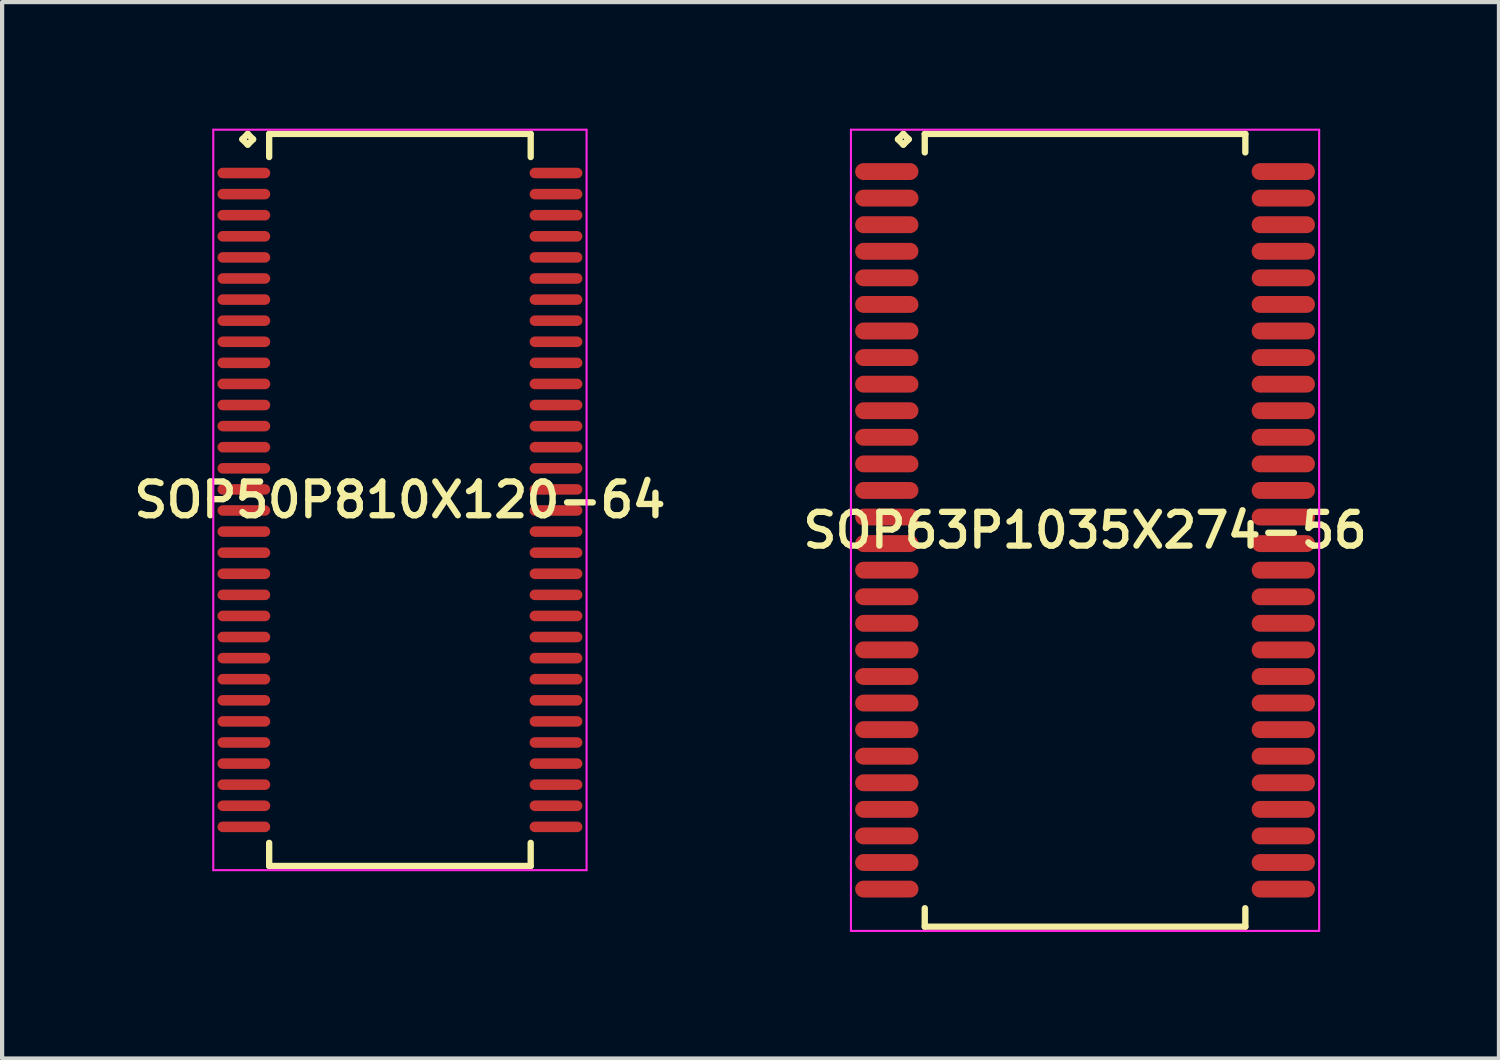
<source format=kicad_pcb>
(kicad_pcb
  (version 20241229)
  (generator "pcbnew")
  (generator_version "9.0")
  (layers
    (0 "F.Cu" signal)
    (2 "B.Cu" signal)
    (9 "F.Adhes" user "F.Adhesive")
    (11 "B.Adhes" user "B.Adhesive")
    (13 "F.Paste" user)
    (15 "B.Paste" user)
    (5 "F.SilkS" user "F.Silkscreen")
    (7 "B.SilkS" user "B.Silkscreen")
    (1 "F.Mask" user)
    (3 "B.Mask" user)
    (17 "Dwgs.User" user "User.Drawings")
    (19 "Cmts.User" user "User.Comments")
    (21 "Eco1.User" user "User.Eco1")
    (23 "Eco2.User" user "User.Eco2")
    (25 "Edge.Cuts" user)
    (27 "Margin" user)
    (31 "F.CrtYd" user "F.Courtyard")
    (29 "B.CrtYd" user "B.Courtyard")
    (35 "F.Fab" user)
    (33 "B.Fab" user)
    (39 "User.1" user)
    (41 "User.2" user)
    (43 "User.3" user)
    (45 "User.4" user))
  (footprint "SOP50P810X120-64"
    (layer "F.Cu")
    (at 6.431 8.802)
    (property "Reference" "SOP50P810X120-64" (at 0 0 0) (layer "F.SilkS") (effects (font (size 0.8 0.8) (thickness 0.15))))
    (attr smd)
    (fp_line (start -3.735 -8.55) (end -3.608 -8.677) (stroke (width 0.15) (type solid)) (layer "F.SilkS"))
    (fp_line (start -3.608 -8.677) (end -3.481 -8.55) (stroke (width 0.15) (type solid)) (layer "F.SilkS"))
    (fp_line (start -3.608 -8.423) (end -3.735 -8.55) (stroke (width 0.15) (type solid)) (layer "F.SilkS"))
    (fp_line (start -3.481 -8.55) (end -3.608 -8.423) (stroke (width 0.15) (type solid)) (layer "F.SilkS"))
    (fp_line (start -3.1 -8.677) (end 3.1 -8.677) (stroke (width 0.15) (type solid)) (layer "F.SilkS"))
    (fp_line (start -3.1 -8.129) (end -3.1 -8.677) (stroke (width 0.15) (type solid)) (layer "F.SilkS"))
    (fp_line (start -3.1 8.129) (end -3.1 8.677) (stroke (width 0.15) (type solid)) (layer "F.SilkS"))
    (fp_line (start -3.1 8.677) (end 3.1 8.677) (stroke (width 0.15) (type solid)) (layer "F.SilkS"))
    (fp_line (start 3.1 -8.677) (end 3.1 -8.129) (stroke (width 0.15) (type solid)) (layer "F.SilkS"))
    (fp_line (start 3.1 8.677) (end 3.1 8.129) (stroke (width 0.15) (type solid)) (layer "F.SilkS"))
    (fp_line (start -4.425 -8.777) (end 4.425 -8.777) (stroke (width 0.05) (type solid)) (layer "F.CrtYd"))
    (fp_line (start -4.425 8.777) (end -4.425 -8.777) (stroke (width 0.05) (type solid)) (layer "F.CrtYd"))
    (fp_line (start 4.425 -8.777) (end 4.425 8.777) (stroke (width 0.05) (type solid)) (layer "F.CrtYd"))
    (fp_line (start 4.425 8.777) (end -4.425 8.777) (stroke (width 0.05) (type solid)) (layer "F.CrtYd"))
    (pad "1" smd oval (at -3.7 -7.75) (size 1.25 0.25) (layers "F.Cu" "F.Mask" "F.Paste"))
    (pad "2" smd oval (at -3.7 -7.25) (size 1.25 0.25) (layers "F.Cu" "F.Mask" "F.Paste"))
    (pad "3" smd oval (at -3.7 -6.75) (size 1.25 0.25) (layers "F.Cu" "F.Mask" "F.Paste"))
    (pad "4" smd oval (at -3.7 -6.25) (size 1.25 0.25) (layers "F.Cu" "F.Mask" "F.Paste"))
    (pad "5" smd oval (at -3.7 -5.75) (size 1.25 0.25) (layers "F.Cu" "F.Mask" "F.Paste"))
    (pad "6" smd oval (at -3.7 -5.25) (size 1.25 0.25) (layers "F.Cu" "F.Mask" "F.Paste"))
    (pad "7" smd oval (at -3.7 -4.75) (size 1.25 0.25) (layers "F.Cu" "F.Mask" "F.Paste"))
    (pad "8" smd oval (at -3.7 -4.25) (size 1.25 0.25) (layers "F.Cu" "F.Mask" "F.Paste"))
    (pad "9" smd oval (at -3.7 -3.75) (size 1.25 0.25) (layers "F.Cu" "F.Mask" "F.Paste"))
    (pad "10" smd oval (at -3.7 -3.25) (size 1.25 0.25) (layers "F.Cu" "F.Mask" "F.Paste"))
    (pad "11" smd oval (at -3.7 -2.75) (size 1.25 0.25) (layers "F.Cu" "F.Mask" "F.Paste"))
    (pad "12" smd oval (at -3.7 -2.25) (size 1.25 0.25) (layers "F.Cu" "F.Mask" "F.Paste"))
    (pad "13" smd oval (at -3.7 -1.75) (size 1.25 0.25) (layers "F.Cu" "F.Mask" "F.Paste"))
    (pad "14" smd oval (at -3.7 -1.25) (size 1.25 0.25) (layers "F.Cu" "F.Mask" "F.Paste"))
    (pad "15" smd oval (at -3.7 -0.75) (size 1.25 0.25) (layers "F.Cu" "F.Mask" "F.Paste"))
    (pad "16" smd oval (at -3.7 -0.25) (size 1.25 0.25) (layers "F.Cu" "F.Mask" "F.Paste"))
    (pad "17" smd oval (at -3.7 0.25) (size 1.25 0.25) (layers "F.Cu" "F.Mask" "F.Paste"))
    (pad "18" smd oval (at -3.7 0.75) (size 1.25 0.25) (layers "F.Cu" "F.Mask" "F.Paste"))
    (pad "19" smd oval (at -3.7 1.25) (size 1.25 0.25) (layers "F.Cu" "F.Mask" "F.Paste"))
    (pad "20" smd oval (at -3.7 1.75) (size 1.25 0.25) (layers "F.Cu" "F.Mask" "F.Paste"))
    (pad "21" smd oval (at -3.7 2.25) (size 1.25 0.25) (layers "F.Cu" "F.Mask" "F.Paste"))
    (pad "22" smd oval (at -3.7 2.75) (size 1.25 0.25) (layers "F.Cu" "F.Mask" "F.Paste"))
    (pad "23" smd oval (at -3.7 3.25) (size 1.25 0.25) (layers "F.Cu" "F.Mask" "F.Paste"))
    (pad "24" smd oval (at -3.7 3.75) (size 1.25 0.25) (layers "F.Cu" "F.Mask" "F.Paste"))
    (pad "25" smd oval (at -3.7 4.25) (size 1.25 0.25) (layers "F.Cu" "F.Mask" "F.Paste"))
    (pad "26" smd oval (at -3.7 4.75) (size 1.25 0.25) (layers "F.Cu" "F.Mask" "F.Paste"))
    (pad "27" smd oval (at -3.7 5.25) (size 1.25 0.25) (layers "F.Cu" "F.Mask" "F.Paste"))
    (pad "28" smd oval (at -3.7 5.75) (size 1.25 0.25) (layers "F.Cu" "F.Mask" "F.Paste"))
    (pad "29" smd oval (at -3.7 6.25) (size 1.25 0.25) (layers "F.Cu" "F.Mask" "F.Paste"))
    (pad "30" smd oval (at -3.7 6.75) (size 1.25 0.25) (layers "F.Cu" "F.Mask" "F.Paste"))
    (pad "31" smd oval (at -3.7 7.25) (size 1.25 0.25) (layers "F.Cu" "F.Mask" "F.Paste"))
    (pad "32" smd oval (at -3.7 7.75) (size 1.25 0.25) (layers "F.Cu" "F.Mask" "F.Paste"))
    (pad "33" smd oval (at 3.7 7.75) (size 1.25 0.25) (layers "F.Cu" "F.Mask" "F.Paste"))
    (pad "34" smd oval (at 3.7 7.25) (size 1.25 0.25) (layers "F.Cu" "F.Mask" "F.Paste"))
    (pad "35" smd oval (at 3.7 6.75) (size 1.25 0.25) (layers "F.Cu" "F.Mask" "F.Paste"))
    (pad "36" smd oval (at 3.7 6.25) (size 1.25 0.25) (layers "F.Cu" "F.Mask" "F.Paste"))
    (pad "37" smd oval (at 3.7 5.75) (size 1.25 0.25) (layers "F.Cu" "F.Mask" "F.Paste"))
    (pad "38" smd oval (at 3.7 5.25) (size 1.25 0.25) (layers "F.Cu" "F.Mask" "F.Paste"))
    (pad "39" smd oval (at 3.7 4.75) (size 1.25 0.25) (layers "F.Cu" "F.Mask" "F.Paste"))
    (pad "40" smd oval (at 3.7 4.25) (size 1.25 0.25) (layers "F.Cu" "F.Mask" "F.Paste"))
    (pad "41" smd oval (at 3.7 3.75) (size 1.25 0.25) (layers "F.Cu" "F.Mask" "F.Paste"))
    (pad "42" smd oval (at 3.7 3.25) (size 1.25 0.25) (layers "F.Cu" "F.Mask" "F.Paste"))
    (pad "43" smd oval (at 3.7 2.75) (size 1.25 0.25) (layers "F.Cu" "F.Mask" "F.Paste"))
    (pad "44" smd oval (at 3.7 2.25) (size 1.25 0.25) (layers "F.Cu" "F.Mask" "F.Paste"))
    (pad "45" smd oval (at 3.7 1.75) (size 1.25 0.25) (layers "F.Cu" "F.Mask" "F.Paste"))
    (pad "46" smd oval (at 3.7 1.25) (size 1.25 0.25) (layers "F.Cu" "F.Mask" "F.Paste"))
    (pad "47" smd oval (at 3.7 0.75) (size 1.25 0.25) (layers "F.Cu" "F.Mask" "F.Paste"))
    (pad "48" smd oval (at 3.7 0.25) (size 1.25 0.25) (layers "F.Cu" "F.Mask" "F.Paste"))
    (pad "49" smd oval (at 3.7 -0.25) (size 1.25 0.25) (layers "F.Cu" "F.Mask" "F.Paste"))
    (pad "50" smd oval (at 3.7 -0.75) (size 1.25 0.25) (layers "F.Cu" "F.Mask" "F.Paste"))
    (pad "51" smd oval (at 3.7 -1.25) (size 1.25 0.25) (layers "F.Cu" "F.Mask" "F.Paste"))
    (pad "52" smd oval (at 3.7 -1.75) (size 1.25 0.25) (layers "F.Cu" "F.Mask" "F.Paste"))
    (pad "53" smd oval (at 3.7 -2.25) (size 1.25 0.25) (layers "F.Cu" "F.Mask" "F.Paste"))
    (pad "54" smd oval (at 3.7 -2.75) (size 1.25 0.25) (layers "F.Cu" "F.Mask" "F.Paste"))
    (pad "55" smd oval (at 3.7 -3.25) (size 1.25 0.25) (layers "F.Cu" "F.Mask" "F.Paste"))
    (pad "56" smd oval (at 3.7 -3.75) (size 1.25 0.25) (layers "F.Cu" "F.Mask" "F.Paste"))
    (pad "57" smd oval (at 3.7 -4.25) (size 1.25 0.25) (layers "F.Cu" "F.Mask" "F.Paste"))
    (pad "58" smd oval (at 3.7 -4.75) (size 1.25 0.25) (layers "F.Cu" "F.Mask" "F.Paste"))
    (pad "59" smd oval (at 3.7 -5.25) (size 1.25 0.25) (layers "F.Cu" "F.Mask" "F.Paste"))
    (pad "60" smd oval (at 3.7 -5.75) (size 1.25 0.25) (layers "F.Cu" "F.Mask" "F.Paste"))
    (pad "61" smd oval (at 3.7 -6.25) (size 1.25 0.25) (layers "F.Cu" "F.Mask" "F.Paste"))
    (pad "62" smd oval (at 3.7 -6.75) (size 1.25 0.25) (layers "F.Cu" "F.Mask" "F.Paste"))
    (pad "63" smd oval (at 3.7 -7.25) (size 1.25 0.25) (layers "F.Cu" "F.Mask" "F.Paste"))
    (pad "64" smd oval (at 3.7 -7.75) (size 1.25 0.25) (layers "F.Cu" "F.Mask" "F.Paste")))
  (footprint "SOP63P1035X274-56"
    (layer "F.Cu")
    (at 22.673 9.522)
    (property "Reference" "SOP63P1035X274-56" (at 0 0 0) (layer "F.SilkS") (effects (font (size 0.8 0.8) (thickness 0.15))))
    (attr smd)
    (fp_line (start -4.435 -9.27) (end -4.308 -9.397) (stroke (width 0.15) (type solid)) (layer "F.SilkS"))
    (fp_line (start -4.308 -9.397) (end -4.181 -9.27) (stroke (width 0.15) (type solid)) (layer "F.SilkS"))
    (fp_line (start -4.308 -9.143) (end -4.435 -9.27) (stroke (width 0.15) (type solid)) (layer "F.SilkS"))
    (fp_line (start -4.181 -9.27) (end -4.308 -9.143) (stroke (width 0.15) (type solid)) (layer "F.SilkS"))
    (fp_line (start -3.8 -9.397) (end 3.8 -9.397) (stroke (width 0.15) (type solid)) (layer "F.SilkS"))
    (fp_line (start -3.8 -8.959) (end -3.8 -9.397) (stroke (width 0.15) (type solid)) (layer "F.SilkS"))
    (fp_line (start -3.8 8.959) (end -3.8 9.397) (stroke (width 0.15) (type solid)) (layer "F.SilkS"))
    (fp_line (start -3.8 9.397) (end 3.8 9.397) (stroke (width 0.15) (type solid)) (layer "F.SilkS"))
    (fp_line (start 3.8 -9.397) (end 3.8 -8.959) (stroke (width 0.15) (type solid)) (layer "F.SilkS"))
    (fp_line (start 3.8 9.397) (end 3.8 8.959) (stroke (width 0.15) (type solid)) (layer "F.SilkS"))
    (fp_line (start -5.55 -9.497) (end 5.55 -9.497) (stroke (width 0.05) (type solid)) (layer "F.CrtYd"))
    (fp_line (start -5.55 9.497) (end -5.55 -9.497) (stroke (width 0.05) (type solid)) (layer "F.CrtYd"))
    (fp_line (start 5.55 -9.497) (end 5.55 9.497) (stroke (width 0.05) (type solid)) (layer "F.CrtYd"))
    (fp_line (start 5.55 9.497) (end -5.55 9.497) (stroke (width 0.05) (type solid)) (layer "F.CrtYd"))
    (pad "1" smd oval (at -4.7 -8.505) (size 1.5 0.4) (layers "F.Cu" "F.Mask" "F.Paste"))
    (pad "2" smd oval (at -4.7 -7.875) (size 1.5 0.4) (layers "F.Cu" "F.Mask" "F.Paste"))
    (pad "3" smd oval (at -4.7 -7.245) (size 1.5 0.4) (layers "F.Cu" "F.Mask" "F.Paste"))
    (pad "4" smd oval (at -4.7 -6.615) (size 1.5 0.4) (layers "F.Cu" "F.Mask" "F.Paste"))
    (pad "5" smd oval (at -4.7 -5.985) (size 1.5 0.4) (layers "F.Cu" "F.Mask" "F.Paste"))
    (pad "6" smd oval (at -4.7 -5.355) (size 1.5 0.4) (layers "F.Cu" "F.Mask" "F.Paste"))
    (pad "7" smd oval (at -4.7 -4.725) (size 1.5 0.4) (layers "F.Cu" "F.Mask" "F.Paste"))
    (pad "8" smd oval (at -4.7 -4.095) (size 1.5 0.4) (layers "F.Cu" "F.Mask" "F.Paste"))
    (pad "9" smd oval (at -4.7 -3.465) (size 1.5 0.4) (layers "F.Cu" "F.Mask" "F.Paste"))
    (pad "10" smd oval (at -4.7 -2.835) (size 1.5 0.4) (layers "F.Cu" "F.Mask" "F.Paste"))
    (pad "11" smd oval (at -4.7 -2.205) (size 1.5 0.4) (layers "F.Cu" "F.Mask" "F.Paste"))
    (pad "12" smd oval (at -4.7 -1.575) (size 1.5 0.4) (layers "F.Cu" "F.Mask" "F.Paste"))
    (pad "13" smd oval (at -4.7 -0.945) (size 1.5 0.4) (layers "F.Cu" "F.Mask" "F.Paste"))
    (pad "14" smd oval (at -4.7 -0.315) (size 1.5 0.4) (layers "F.Cu" "F.Mask" "F.Paste"))
    (pad "15" smd oval (at -4.7 0.315) (size 1.5 0.4) (layers "F.Cu" "F.Mask" "F.Paste"))
    (pad "16" smd oval (at -4.7 0.945) (size 1.5 0.4) (layers "F.Cu" "F.Mask" "F.Paste"))
    (pad "17" smd oval (at -4.7 1.575) (size 1.5 0.4) (layers "F.Cu" "F.Mask" "F.Paste"))
    (pad "18" smd oval (at -4.7 2.205) (size 1.5 0.4) (layers "F.Cu" "F.Mask" "F.Paste"))
    (pad "19" smd oval (at -4.7 2.835) (size 1.5 0.4) (layers "F.Cu" "F.Mask" "F.Paste"))
    (pad "20" smd oval (at -4.7 3.465) (size 1.5 0.4) (layers "F.Cu" "F.Mask" "F.Paste"))
    (pad "21" smd oval (at -4.7 4.095) (size 1.5 0.4) (layers "F.Cu" "F.Mask" "F.Paste"))
    (pad "22" smd oval (at -4.7 4.725) (size 1.5 0.4) (layers "F.Cu" "F.Mask" "F.Paste"))
    (pad "23" smd oval (at -4.7 5.355) (size 1.5 0.4) (layers "F.Cu" "F.Mask" "F.Paste"))
    (pad "24" smd oval (at -4.7 5.985) (size 1.5 0.4) (layers "F.Cu" "F.Mask" "F.Paste"))
    (pad "25" smd oval (at -4.7 6.615) (size 1.5 0.4) (layers "F.Cu" "F.Mask" "F.Paste"))
    (pad "26" smd oval (at -4.7 7.245) (size 1.5 0.4) (layers "F.Cu" "F.Mask" "F.Paste"))
    (pad "27" smd oval (at -4.7 7.875) (size 1.5 0.4) (layers "F.Cu" "F.Mask" "F.Paste"))
    (pad "28" smd oval (at -4.7 8.505) (size 1.5 0.4) (layers "F.Cu" "F.Mask" "F.Paste"))
    (pad "29" smd oval (at 4.7 8.505) (size 1.5 0.4) (layers "F.Cu" "F.Mask" "F.Paste"))
    (pad "30" smd oval (at 4.7 7.875) (size 1.5 0.4) (layers "F.Cu" "F.Mask" "F.Paste"))
    (pad "31" smd oval (at 4.7 7.245) (size 1.5 0.4) (layers "F.Cu" "F.Mask" "F.Paste"))
    (pad "32" smd oval (at 4.7 6.615) (size 1.5 0.4) (layers "F.Cu" "F.Mask" "F.Paste"))
    (pad "33" smd oval (at 4.7 5.985) (size 1.5 0.4) (layers "F.Cu" "F.Mask" "F.Paste"))
    (pad "34" smd oval (at 4.7 5.355) (size 1.5 0.4) (layers "F.Cu" "F.Mask" "F.Paste"))
    (pad "35" smd oval (at 4.7 4.725) (size 1.5 0.4) (layers "F.Cu" "F.Mask" "F.Paste"))
    (pad "36" smd oval (at 4.7 4.095) (size 1.5 0.4) (layers "F.Cu" "F.Mask" "F.Paste"))
    (pad "37" smd oval (at 4.7 3.465) (size 1.5 0.4) (layers "F.Cu" "F.Mask" "F.Paste"))
    (pad "38" smd oval (at 4.7 2.835) (size 1.5 0.4) (layers "F.Cu" "F.Mask" "F.Paste"))
    (pad "39" smd oval (at 4.7 2.205) (size 1.5 0.4) (layers "F.Cu" "F.Mask" "F.Paste"))
    (pad "40" smd oval (at 4.7 1.575) (size 1.5 0.4) (layers "F.Cu" "F.Mask" "F.Paste"))
    (pad "41" smd oval (at 4.7 0.945) (size 1.5 0.4) (layers "F.Cu" "F.Mask" "F.Paste"))
    (pad "42" smd oval (at 4.7 0.315) (size 1.5 0.4) (layers "F.Cu" "F.Mask" "F.Paste"))
    (pad "43" smd oval (at 4.7 -0.315) (size 1.5 0.4) (layers "F.Cu" "F.Mask" "F.Paste"))
    (pad "44" smd oval (at 4.7 -0.945) (size 1.5 0.4) (layers "F.Cu" "F.Mask" "F.Paste"))
    (pad "45" smd oval (at 4.7 -1.575) (size 1.5 0.4) (layers "F.Cu" "F.Mask" "F.Paste"))
    (pad "46" smd oval (at 4.7 -2.205) (size 1.5 0.4) (layers "F.Cu" "F.Mask" "F.Paste"))
    (pad "47" smd oval (at 4.7 -2.835) (size 1.5 0.4) (layers "F.Cu" "F.Mask" "F.Paste"))
    (pad "48" smd oval (at 4.7 -3.465) (size 1.5 0.4) (layers "F.Cu" "F.Mask" "F.Paste"))
    (pad "49" smd oval (at 4.7 -4.095) (size 1.5 0.4) (layers "F.Cu" "F.Mask" "F.Paste"))
    (pad "50" smd oval (at 4.7 -4.725) (size 1.5 0.4) (layers "F.Cu" "F.Mask" "F.Paste"))
    (pad "51" smd oval (at 4.7 -5.355) (size 1.5 0.4) (layers "F.Cu" "F.Mask" "F.Paste"))
    (pad "52" smd oval (at 4.7 -5.985) (size 1.5 0.4) (layers "F.Cu" "F.Mask" "F.Paste"))
    (pad "53" smd oval (at 4.7 -6.615) (size 1.5 0.4) (layers "F.Cu" "F.Mask" "F.Paste"))
    (pad "54" smd oval (at 4.7 -7.245) (size 1.5 0.4) (layers "F.Cu" "F.Mask" "F.Paste"))
    (pad "55" smd oval (at 4.7 -7.875) (size 1.5 0.4) (layers "F.Cu" "F.Mask" "F.Paste"))
    (pad "56" smd oval (at 4.7 -8.505) (size 1.5 0.4) (layers "F.Cu" "F.Mask" "F.Paste")))
  (gr_rect
    (start -3 -3)
    (end 32.485 22.044)
    (stroke (width 0.1) (type default))
    (fill no)
    (layer "Edge.Cuts")))
</source>
